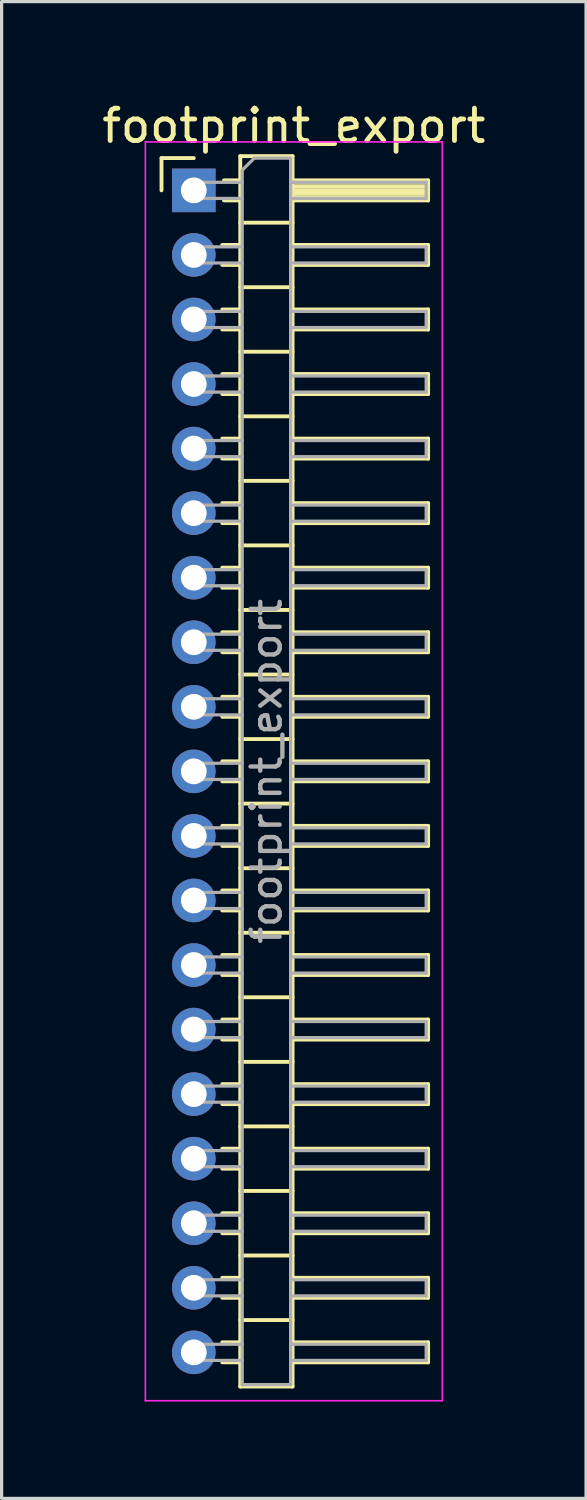
<source format=kicad_pcb>
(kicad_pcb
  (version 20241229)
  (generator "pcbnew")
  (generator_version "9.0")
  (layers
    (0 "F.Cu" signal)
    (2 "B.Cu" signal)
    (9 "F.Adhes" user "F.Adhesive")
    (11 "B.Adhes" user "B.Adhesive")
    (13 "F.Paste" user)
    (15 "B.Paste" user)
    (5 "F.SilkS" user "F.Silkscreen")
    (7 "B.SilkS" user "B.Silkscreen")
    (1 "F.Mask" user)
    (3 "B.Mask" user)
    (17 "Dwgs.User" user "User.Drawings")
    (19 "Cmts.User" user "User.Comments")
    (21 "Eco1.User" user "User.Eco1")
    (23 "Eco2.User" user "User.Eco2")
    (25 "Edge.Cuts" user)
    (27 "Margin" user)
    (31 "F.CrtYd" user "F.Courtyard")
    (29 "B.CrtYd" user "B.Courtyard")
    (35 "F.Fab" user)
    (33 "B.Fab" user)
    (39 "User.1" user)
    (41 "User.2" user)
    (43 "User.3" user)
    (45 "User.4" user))
  (footprint "footprint_export"
    (layer "F.Cu")
    (at 2.954 2.848)
    (property "Reference" "footprint_export" (at 3.1 -2 0) (layer "F.SilkS") (effects (font (size 1 1) (thickness 0.15))))
    (attr through_hole)
    (fp_line (start -1 -1) (end 0 -1) (stroke (width 0.12) (type solid)) (layer "F.SilkS"))
    (fp_line (start -1 0) (end -1 -1) (stroke (width 0.12) (type solid)) (layer "F.SilkS"))
    (fp_line (start 0.882 1.69) (end 1.44 1.69) (stroke (width 0.12) (type solid)) (layer "F.SilkS"))
    (fp_line (start 0.882 2.31) (end 1.44 2.31) (stroke (width 0.12) (type solid)) (layer "F.SilkS"))
    (fp_line (start 0.882 3.69) (end 1.44 3.69) (stroke (width 0.12) (type solid)) (layer "F.SilkS"))
    (fp_line (start 0.882 4.31) (end 1.44 4.31) (stroke (width 0.12) (type solid)) (layer "F.SilkS"))
    (fp_line (start 0.882 5.69) (end 1.44 5.69) (stroke (width 0.12) (type solid)) (layer "F.SilkS"))
    (fp_line (start 0.882 6.31) (end 1.44 6.31) (stroke (width 0.12) (type solid)) (layer "F.SilkS"))
    (fp_line (start 0.882 7.69) (end 1.44 7.69) (stroke (width 0.12) (type solid)) (layer "F.SilkS"))
    (fp_line (start 0.882 8.31) (end 1.44 8.31) (stroke (width 0.12) (type solid)) (layer "F.SilkS"))
    (fp_line (start 0.882 9.69) (end 1.44 9.69) (stroke (width 0.12) (type solid)) (layer "F.SilkS"))
    (fp_line (start 0.882 10.31) (end 1.44 10.31) (stroke (width 0.12) (type solid)) (layer "F.SilkS"))
    (fp_line (start 0.882 11.69) (end 1.44 11.69) (stroke (width 0.12) (type solid)) (layer "F.SilkS"))
    (fp_line (start 0.882 12.31) (end 1.44 12.31) (stroke (width 0.12) (type solid)) (layer "F.SilkS"))
    (fp_line (start 0.882 13.69) (end 1.44 13.69) (stroke (width 0.12) (type solid)) (layer "F.SilkS"))
    (fp_line (start 0.882 14.31) (end 1.44 14.31) (stroke (width 0.12) (type solid)) (layer "F.SilkS"))
    (fp_line (start 0.882 15.69) (end 1.44 15.69) (stroke (width 0.12) (type solid)) (layer "F.SilkS"))
    (fp_line (start 0.882 16.31) (end 1.44 16.31) (stroke (width 0.12) (type solid)) (layer "F.SilkS"))
    (fp_line (start 0.882 17.69) (end 1.44 17.69) (stroke (width 0.12) (type solid)) (layer "F.SilkS"))
    (fp_line (start 0.882 18.31) (end 1.44 18.31) (stroke (width 0.12) (type solid)) (layer "F.SilkS"))
    (fp_line (start 0.882 19.69) (end 1.44 19.69) (stroke (width 0.12) (type solid)) (layer "F.SilkS"))
    (fp_line (start 0.882 20.31) (end 1.44 20.31) (stroke (width 0.12) (type solid)) (layer "F.SilkS"))
    (fp_line (start 0.882 21.69) (end 1.44 21.69) (stroke (width 0.12) (type solid)) (layer "F.SilkS"))
    (fp_line (start 0.882 22.31) (end 1.44 22.31) (stroke (width 0.12) (type solid)) (layer "F.SilkS"))
    (fp_line (start 0.882 23.69) (end 1.44 23.69) (stroke (width 0.12) (type solid)) (layer "F.SilkS"))
    (fp_line (start 0.882 24.31) (end 1.44 24.31) (stroke (width 0.12) (type solid)) (layer "F.SilkS"))
    (fp_line (start 0.882 25.69) (end 1.44 25.69) (stroke (width 0.12) (type solid)) (layer "F.SilkS"))
    (fp_line (start 0.882 26.31) (end 1.44 26.31) (stroke (width 0.12) (type solid)) (layer "F.SilkS"))
    (fp_line (start 0.882 27.69) (end 1.44 27.69) (stroke (width 0.12) (type solid)) (layer "F.SilkS"))
    (fp_line (start 0.882 28.31) (end 1.44 28.31) (stroke (width 0.12) (type solid)) (layer "F.SilkS"))
    (fp_line (start 0.882 29.69) (end 1.44 29.69) (stroke (width 0.12) (type solid)) (layer "F.SilkS"))
    (fp_line (start 0.882 30.31) (end 1.44 30.31) (stroke (width 0.12) (type solid)) (layer "F.SilkS"))
    (fp_line (start 0.882 31.69) (end 1.44 31.69) (stroke (width 0.12) (type solid)) (layer "F.SilkS"))
    (fp_line (start 0.882 32.31) (end 1.44 32.31) (stroke (width 0.12) (type solid)) (layer "F.SilkS"))
    (fp_line (start 0.882 33.69) (end 1.44 33.69) (stroke (width 0.12) (type solid)) (layer "F.SilkS"))
    (fp_line (start 0.882 34.31) (end 1.44 34.31) (stroke (width 0.12) (type solid)) (layer "F.SilkS"))
    (fp_line (start 0.882 35.69) (end 1.44 35.69) (stroke (width 0.12) (type solid)) (layer "F.SilkS"))
    (fp_line (start 0.882 36.31) (end 1.44 36.31) (stroke (width 0.12) (type solid)) (layer "F.SilkS"))
    (fp_line (start 0.935 -0.31) (end 1.44 -0.31) (stroke (width 0.12) (type solid)) (layer "F.SilkS"))
    (fp_line (start 0.935 0.31) (end 1.44 0.31) (stroke (width 0.12) (type solid)) (layer "F.SilkS"))
    (fp_line (start 1.44 -1.06) (end 1.44 37.06) (stroke (width 0.12) (type solid)) (layer "F.SilkS"))
    (fp_line (start 1.44 1) (end 3.06 1) (stroke (width 0.12) (type solid)) (layer "F.SilkS"))
    (fp_line (start 1.44 3) (end 3.06 3) (stroke (width 0.12) (type solid)) (layer "F.SilkS"))
    (fp_line (start 1.44 5) (end 3.06 5) (stroke (width 0.12) (type solid)) (layer "F.SilkS"))
    (fp_line (start 1.44 7) (end 3.06 7) (stroke (width 0.12) (type solid)) (layer "F.SilkS"))
    (fp_line (start 1.44 9) (end 3.06 9) (stroke (width 0.12) (type solid)) (layer "F.SilkS"))
    (fp_line (start 1.44 11) (end 3.06 11) (stroke (width 0.12) (type solid)) (layer "F.SilkS"))
    (fp_line (start 1.44 13) (end 3.06 13) (stroke (width 0.12) (type solid)) (layer "F.SilkS"))
    (fp_line (start 1.44 15) (end 3.06 15) (stroke (width 0.12) (type solid)) (layer "F.SilkS"))
    (fp_line (start 1.44 17) (end 3.06 17) (stroke (width 0.12) (type solid)) (layer "F.SilkS"))
    (fp_line (start 1.44 19) (end 3.06 19) (stroke (width 0.12) (type solid)) (layer "F.SilkS"))
    (fp_line (start 1.44 21) (end 3.06 21) (stroke (width 0.12) (type solid)) (layer "F.SilkS"))
    (fp_line (start 1.44 23) (end 3.06 23) (stroke (width 0.12) (type solid)) (layer "F.SilkS"))
    (fp_line (start 1.44 25) (end 3.06 25) (stroke (width 0.12) (type solid)) (layer "F.SilkS"))
    (fp_line (start 1.44 27) (end 3.06 27) (stroke (width 0.12) (type solid)) (layer "F.SilkS"))
    (fp_line (start 1.44 29) (end 3.06 29) (stroke (width 0.12) (type solid)) (layer "F.SilkS"))
    (fp_line (start 1.44 31) (end 3.06 31) (stroke (width 0.12) (type solid)) (layer "F.SilkS"))
    (fp_line (start 1.44 33) (end 3.06 33) (stroke (width 0.12) (type solid)) (layer "F.SilkS"))
    (fp_line (start 1.44 35) (end 3.06 35) (stroke (width 0.12) (type solid)) (layer "F.SilkS"))
    (fp_line (start 1.44 37.06) (end 3.06 37.06) (stroke (width 0.12) (type solid)) (layer "F.SilkS"))
    (fp_line (start 3.06 -1.06) (end 1.44 -1.06) (stroke (width 0.12) (type solid)) (layer "F.SilkS"))
    (fp_line (start 3.06 -0.31) (end 7.26 -0.31) (stroke (width 0.12) (type solid)) (layer "F.SilkS"))
    (fp_line (start 3.06 -0.25) (end 7.26 -0.25) (stroke (width 0.12) (type solid)) (layer "F.SilkS"))
    (fp_line (start 3.06 -0.13) (end 7.26 -0.13) (stroke (width 0.12) (type solid)) (layer "F.SilkS"))
    (fp_line (start 3.06 -0.01) (end 7.26 -0.01) (stroke (width 0.12) (type solid)) (layer "F.SilkS"))
    (fp_line (start 3.06 0.11) (end 7.26 0.11) (stroke (width 0.12) (type solid)) (layer "F.SilkS"))
    (fp_line (start 3.06 0.23) (end 7.26 0.23) (stroke (width 0.12) (type solid)) (layer "F.SilkS"))
    (fp_line (start 3.06 1.69) (end 7.26 1.69) (stroke (width 0.12) (type solid)) (layer "F.SilkS"))
    (fp_line (start 3.06 3.69) (end 7.26 3.69) (stroke (width 0.12) (type solid)) (layer "F.SilkS"))
    (fp_line (start 3.06 5.69) (end 7.26 5.69) (stroke (width 0.12) (type solid)) (layer "F.SilkS"))
    (fp_line (start 3.06 7.69) (end 7.26 7.69) (stroke (width 0.12) (type solid)) (layer "F.SilkS"))
    (fp_line (start 3.06 9.69) (end 7.26 9.69) (stroke (width 0.12) (type solid)) (layer "F.SilkS"))
    (fp_line (start 3.06 11.69) (end 7.26 11.69) (stroke (width 0.12) (type solid)) (layer "F.SilkS"))
    (fp_line (start 3.06 13.69) (end 7.26 13.69) (stroke (width 0.12) (type solid)) (layer "F.SilkS"))
    (fp_line (start 3.06 15.69) (end 7.26 15.69) (stroke (width 0.12) (type solid)) (layer "F.SilkS"))
    (fp_line (start 3.06 17.69) (end 7.26 17.69) (stroke (width 0.12) (type solid)) (layer "F.SilkS"))
    (fp_line (start 3.06 19.69) (end 7.26 19.69) (stroke (width 0.12) (type solid)) (layer "F.SilkS"))
    (fp_line (start 3.06 21.69) (end 7.26 21.69) (stroke (width 0.12) (type solid)) (layer "F.SilkS"))
    (fp_line (start 3.06 23.69) (end 7.26 23.69) (stroke (width 0.12) (type solid)) (layer "F.SilkS"))
    (fp_line (start 3.06 25.69) (end 7.26 25.69) (stroke (width 0.12) (type solid)) (layer "F.SilkS"))
    (fp_line (start 3.06 27.69) (end 7.26 27.69) (stroke (width 0.12) (type solid)) (layer "F.SilkS"))
    (fp_line (start 3.06 29.69) (end 7.26 29.69) (stroke (width 0.12) (type solid)) (layer "F.SilkS"))
    (fp_line (start 3.06 31.69) (end 7.26 31.69) (stroke (width 0.12) (type solid)) (layer "F.SilkS"))
    (fp_line (start 3.06 33.69) (end 7.26 33.69) (stroke (width 0.12) (type solid)) (layer "F.SilkS"))
    (fp_line (start 3.06 35.69) (end 7.26 35.69) (stroke (width 0.12) (type solid)) (layer "F.SilkS"))
    (fp_line (start 3.06 37.06) (end 3.06 -1.06) (stroke (width 0.12) (type solid)) (layer "F.SilkS"))
    (fp_line (start 7.26 -0.31) (end 7.26 0.31) (stroke (width 0.12) (type solid)) (layer "F.SilkS"))
    (fp_line (start 7.26 0.31) (end 3.06 0.31) (stroke (width 0.12) (type solid)) (layer "F.SilkS"))
    (fp_line (start 7.26 1.69) (end 7.26 2.31) (stroke (width 0.12) (type solid)) (layer "F.SilkS"))
    (fp_line (start 7.26 2.31) (end 3.06 2.31) (stroke (width 0.12) (type solid)) (layer "F.SilkS"))
    (fp_line (start 7.26 3.69) (end 7.26 4.31) (stroke (width 0.12) (type solid)) (layer "F.SilkS"))
    (fp_line (start 7.26 4.31) (end 3.06 4.31) (stroke (width 0.12) (type solid)) (layer "F.SilkS"))
    (fp_line (start 7.26 5.69) (end 7.26 6.31) (stroke (width 0.12) (type solid)) (layer "F.SilkS"))
    (fp_line (start 7.26 6.31) (end 3.06 6.31) (stroke (width 0.12) (type solid)) (layer "F.SilkS"))
    (fp_line (start 7.26 7.69) (end 7.26 8.31) (stroke (width 0.12) (type solid)) (layer "F.SilkS"))
    (fp_line (start 7.26 8.31) (end 3.06 8.31) (stroke (width 0.12) (type solid)) (layer "F.SilkS"))
    (fp_line (start 7.26 9.69) (end 7.26 10.31) (stroke (width 0.12) (type solid)) (layer "F.SilkS"))
    (fp_line (start 7.26 10.31) (end 3.06 10.31) (stroke (width 0.12) (type solid)) (layer "F.SilkS"))
    (fp_line (start 7.26 11.69) (end 7.26 12.31) (stroke (width 0.12) (type solid)) (layer "F.SilkS"))
    (fp_line (start 7.26 12.31) (end 3.06 12.31) (stroke (width 0.12) (type solid)) (layer "F.SilkS"))
    (fp_line (start 7.26 13.69) (end 7.26 14.31) (stroke (width 0.12) (type solid)) (layer "F.SilkS"))
    (fp_line (start 7.26 14.31) (end 3.06 14.31) (stroke (width 0.12) (type solid)) (layer "F.SilkS"))
    (fp_line (start 7.26 15.69) (end 7.26 16.31) (stroke (width 0.12) (type solid)) (layer "F.SilkS"))
    (fp_line (start 7.26 16.31) (end 3.06 16.31) (stroke (width 0.12) (type solid)) (layer "F.SilkS"))
    (fp_line (start 7.26 17.69) (end 7.26 18.31) (stroke (width 0.12) (type solid)) (layer "F.SilkS"))
    (fp_line (start 7.26 18.31) (end 3.06 18.31) (stroke (width 0.12) (type solid)) (layer "F.SilkS"))
    (fp_line (start 7.26 19.69) (end 7.26 20.31) (stroke (width 0.12) (type solid)) (layer "F.SilkS"))
    (fp_line (start 7.26 20.31) (end 3.06 20.31) (stroke (width 0.12) (type solid)) (layer "F.SilkS"))
    (fp_line (start 7.26 21.69) (end 7.26 22.31) (stroke (width 0.12) (type solid)) (layer "F.SilkS"))
    (fp_line (start 7.26 22.31) (end 3.06 22.31) (stroke (width 0.12) (type solid)) (layer "F.SilkS"))
    (fp_line (start 7.26 23.69) (end 7.26 24.31) (stroke (width 0.12) (type solid)) (layer "F.SilkS"))
    (fp_line (start 7.26 24.31) (end 3.06 24.31) (stroke (width 0.12) (type solid)) (layer "F.SilkS"))
    (fp_line (start 7.26 25.69) (end 7.26 26.31) (stroke (width 0.12) (type solid)) (layer "F.SilkS"))
    (fp_line (start 7.26 26.31) (end 3.06 26.31) (stroke (width 0.12) (type solid)) (layer "F.SilkS"))
    (fp_line (start 7.26 27.69) (end 7.26 28.31) (stroke (width 0.12) (type solid)) (layer "F.SilkS"))
    (fp_line (start 7.26 28.31) (end 3.06 28.31) (stroke (width 0.12) (type solid)) (layer "F.SilkS"))
    (fp_line (start 7.26 29.69) (end 7.26 30.31) (stroke (width 0.12) (type solid)) (layer "F.SilkS"))
    (fp_line (start 7.26 30.31) (end 3.06 30.31) (stroke (width 0.12) (type solid)) (layer "F.SilkS"))
    (fp_line (start 7.26 31.69) (end 7.26 32.31) (stroke (width 0.12) (type solid)) (layer "F.SilkS"))
    (fp_line (start 7.26 32.31) (end 3.06 32.31) (stroke (width 0.12) (type solid)) (layer "F.SilkS"))
    (fp_line (start 7.26 33.69) (end 7.26 34.31) (stroke (width 0.12) (type solid)) (layer "F.SilkS"))
    (fp_line (start 7.26 34.31) (end 3.06 34.31) (stroke (width 0.12) (type solid)) (layer "F.SilkS"))
    (fp_line (start 7.26 35.69) (end 7.26 36.31) (stroke (width 0.12) (type solid)) (layer "F.SilkS"))
    (fp_line (start 7.26 36.31) (end 3.06 36.31) (stroke (width 0.12) (type solid)) (layer "F.SilkS"))
    (fp_line (start -1.5 -1.5) (end -1.5 37.5) (stroke (width 0.05) (type solid)) (layer "F.CrtYd"))
    (fp_line (start -1.5 37.5) (end 7.7 37.5) (stroke (width 0.05) (type solid)) (layer "F.CrtYd"))
    (fp_line (start 7.7 -1.5) (end -1.5 -1.5) (stroke (width 0.05) (type solid)) (layer "F.CrtYd"))
    (fp_line (start 7.7 37.5) (end 7.7 -1.5) (stroke (width 0.05) (type solid)) (layer "F.CrtYd"))
    (fp_line (start -0.25 -0.25) (end -0.25 0.25) (stroke (width 0.1) (type solid)) (layer "F.Fab"))
    (fp_line (start -0.25 -0.25) (end 1.5 -0.25) (stroke (width 0.1) (type solid)) (layer "F.Fab"))
    (fp_line (start -0.25 0.25) (end 1.5 0.25) (stroke (width 0.1) (type solid)) (layer "F.Fab"))
    (fp_line (start -0.25 1.75) (end -0.25 2.25) (stroke (width 0.1) (type solid)) (layer "F.Fab"))
    (fp_line (start -0.25 1.75) (end 1.5 1.75) (stroke (width 0.1) (type solid)) (layer "F.Fab"))
    (fp_line (start -0.25 2.25) (end 1.5 2.25) (stroke (width 0.1) (type solid)) (layer "F.Fab"))
    (fp_line (start -0.25 3.75) (end -0.25 4.25) (stroke (width 0.1) (type solid)) (layer "F.Fab"))
    (fp_line (start -0.25 3.75) (end 1.5 3.75) (stroke (width 0.1) (type solid)) (layer "F.Fab"))
    (fp_line (start -0.25 4.25) (end 1.5 4.25) (stroke (width 0.1) (type solid)) (layer "F.Fab"))
    (fp_line (start -0.25 5.75) (end -0.25 6.25) (stroke (width 0.1) (type solid)) (layer "F.Fab"))
    (fp_line (start -0.25 5.75) (end 1.5 5.75) (stroke (width 0.1) (type solid)) (layer "F.Fab"))
    (fp_line (start -0.25 6.25) (end 1.5 6.25) (stroke (width 0.1) (type solid)) (layer "F.Fab"))
    (fp_line (start -0.25 7.75) (end -0.25 8.25) (stroke (width 0.1) (type solid)) (layer "F.Fab"))
    (fp_line (start -0.25 7.75) (end 1.5 7.75) (stroke (width 0.1) (type solid)) (layer "F.Fab"))
    (fp_line (start -0.25 8.25) (end 1.5 8.25) (stroke (width 0.1) (type solid)) (layer "F.Fab"))
    (fp_line (start -0.25 9.75) (end -0.25 10.25) (stroke (width 0.1) (type solid)) (layer "F.Fab"))
    (fp_line (start -0.25 9.75) (end 1.5 9.75) (stroke (width 0.1) (type solid)) (layer "F.Fab"))
    (fp_line (start -0.25 10.25) (end 1.5 10.25) (stroke (width 0.1) (type solid)) (layer "F.Fab"))
    (fp_line (start -0.25 11.75) (end -0.25 12.25) (stroke (width 0.1) (type solid)) (layer "F.Fab"))
    (fp_line (start -0.25 11.75) (end 1.5 11.75) (stroke (width 0.1) (type solid)) (layer "F.Fab"))
    (fp_line (start -0.25 12.25) (end 1.5 12.25) (stroke (width 0.1) (type solid)) (layer "F.Fab"))
    (fp_line (start -0.25 13.75) (end -0.25 14.25) (stroke (width 0.1) (type solid)) (layer "F.Fab"))
    (fp_line (start -0.25 13.75) (end 1.5 13.75) (stroke (width 0.1) (type solid)) (layer "F.Fab"))
    (fp_line (start -0.25 14.25) (end 1.5 14.25) (stroke (width 0.1) (type solid)) (layer "F.Fab"))
    (fp_line (start -0.25 15.75) (end -0.25 16.25) (stroke (width 0.1) (type solid)) (layer "F.Fab"))
    (fp_line (start -0.25 15.75) (end 1.5 15.75) (stroke (width 0.1) (type solid)) (layer "F.Fab"))
    (fp_line (start -0.25 16.25) (end 1.5 16.25) (stroke (width 0.1) (type solid)) (layer "F.Fab"))
    (fp_line (start -0.25 17.75) (end -0.25 18.25) (stroke (width 0.1) (type solid)) (layer "F.Fab"))
    (fp_line (start -0.25 17.75) (end 1.5 17.75) (stroke (width 0.1) (type solid)) (layer "F.Fab"))
    (fp_line (start -0.25 18.25) (end 1.5 18.25) (stroke (width 0.1) (type solid)) (layer "F.Fab"))
    (fp_line (start -0.25 19.75) (end -0.25 20.25) (stroke (width 0.1) (type solid)) (layer "F.Fab"))
    (fp_line (start -0.25 19.75) (end 1.5 19.75) (stroke (width 0.1) (type solid)) (layer "F.Fab"))
    (fp_line (start -0.25 20.25) (end 1.5 20.25) (stroke (width 0.1) (type solid)) (layer "F.Fab"))
    (fp_line (start -0.25 21.75) (end -0.25 22.25) (stroke (width 0.1) (type solid)) (layer "F.Fab"))
    (fp_line (start -0.25 21.75) (end 1.5 21.75) (stroke (width 0.1) (type solid)) (layer "F.Fab"))
    (fp_line (start -0.25 22.25) (end 1.5 22.25) (stroke (width 0.1) (type solid)) (layer "F.Fab"))
    (fp_line (start -0.25 23.75) (end -0.25 24.25) (stroke (width 0.1) (type solid)) (layer "F.Fab"))
    (fp_line (start -0.25 23.75) (end 1.5 23.75) (stroke (width 0.1) (type solid)) (layer "F.Fab"))
    (fp_line (start -0.25 24.25) (end 1.5 24.25) (stroke (width 0.1) (type solid)) (layer "F.Fab"))
    (fp_line (start -0.25 25.75) (end -0.25 26.25) (stroke (width 0.1) (type solid)) (layer "F.Fab"))
    (fp_line (start -0.25 25.75) (end 1.5 25.75) (stroke (width 0.1) (type solid)) (layer "F.Fab"))
    (fp_line (start -0.25 26.25) (end 1.5 26.25) (stroke (width 0.1) (type solid)) (layer "F.Fab"))
    (fp_line (start -0.25 27.75) (end -0.25 28.25) (stroke (width 0.1) (type solid)) (layer "F.Fab"))
    (fp_line (start -0.25 27.75) (end 1.5 27.75) (stroke (width 0.1) (type solid)) (layer "F.Fab"))
    (fp_line (start -0.25 28.25) (end 1.5 28.25) (stroke (width 0.1) (type solid)) (layer "F.Fab"))
    (fp_line (start -0.25 29.75) (end -0.25 30.25) (stroke (width 0.1) (type solid)) (layer "F.Fab"))
    (fp_line (start -0.25 29.75) (end 1.5 29.75) (stroke (width 0.1) (type solid)) (layer "F.Fab"))
    (fp_line (start -0.25 30.25) (end 1.5 30.25) (stroke (width 0.1) (type solid)) (layer "F.Fab"))
    (fp_line (start -0.25 31.75) (end -0.25 32.25) (stroke (width 0.1) (type solid)) (layer "F.Fab"))
    (fp_line (start -0.25 31.75) (end 1.5 31.75) (stroke (width 0.1) (type solid)) (layer "F.Fab"))
    (fp_line (start -0.25 32.25) (end 1.5 32.25) (stroke (width 0.1) (type solid)) (layer "F.Fab"))
    (fp_line (start -0.25 33.75) (end -0.25 34.25) (stroke (width 0.1) (type solid)) (layer "F.Fab"))
    (fp_line (start -0.25 33.75) (end 1.5 33.75) (stroke (width 0.1) (type solid)) (layer "F.Fab"))
    (fp_line (start -0.25 34.25) (end 1.5 34.25) (stroke (width 0.1) (type solid)) (layer "F.Fab"))
    (fp_line (start -0.25 35.75) (end -0.25 36.25) (stroke (width 0.1) (type solid)) (layer "F.Fab"))
    (fp_line (start -0.25 35.75) (end 1.5 35.75) (stroke (width 0.1) (type solid)) (layer "F.Fab"))
    (fp_line (start -0.25 36.25) (end 1.5 36.25) (stroke (width 0.1) (type solid)) (layer "F.Fab"))
    (fp_line (start 1.5 -0.625) (end 1.875 -1) (stroke (width 0.1) (type solid)) (layer "F.Fab"))
    (fp_line (start 1.5 37) (end 1.5 -0.625) (stroke (width 0.1) (type solid)) (layer "F.Fab"))
    (fp_line (start 1.875 -1) (end 3 -1) (stroke (width 0.1) (type solid)) (layer "F.Fab"))
    (fp_line (start 3 -1) (end 3 37) (stroke (width 0.1) (type solid)) (layer "F.Fab"))
    (fp_line (start 3 -0.25) (end 7.2 -0.25) (stroke (width 0.1) (type solid)) (layer "F.Fab"))
    (fp_line (start 3 0.25) (end 7.2 0.25) (stroke (width 0.1) (type solid)) (layer "F.Fab"))
    (fp_line (start 3 1.75) (end 7.2 1.75) (stroke (width 0.1) (type solid)) (layer "F.Fab"))
    (fp_line (start 3 2.25) (end 7.2 2.25) (stroke (width 0.1) (type solid)) (layer "F.Fab"))
    (fp_line (start 3 3.75) (end 7.2 3.75) (stroke (width 0.1) (type solid)) (layer "F.Fab"))
    (fp_line (start 3 4.25) (end 7.2 4.25) (stroke (width 0.1) (type solid)) (layer "F.Fab"))
    (fp_line (start 3 5.75) (end 7.2 5.75) (stroke (width 0.1) (type solid)) (layer "F.Fab"))
    (fp_line (start 3 6.25) (end 7.2 6.25) (stroke (width 0.1) (type solid)) (layer "F.Fab"))
    (fp_line (start 3 7.75) (end 7.2 7.75) (stroke (width 0.1) (type solid)) (layer "F.Fab"))
    (fp_line (start 3 8.25) (end 7.2 8.25) (stroke (width 0.1) (type solid)) (layer "F.Fab"))
    (fp_line (start 3 9.75) (end 7.2 9.75) (stroke (width 0.1) (type solid)) (layer "F.Fab"))
    (fp_line (start 3 10.25) (end 7.2 10.25) (stroke (width 0.1) (type solid)) (layer "F.Fab"))
    (fp_line (start 3 11.75) (end 7.2 11.75) (stroke (width 0.1) (type solid)) (layer "F.Fab"))
    (fp_line (start 3 12.25) (end 7.2 12.25) (stroke (width 0.1) (type solid)) (layer "F.Fab"))
    (fp_line (start 3 13.75) (end 7.2 13.75) (stroke (width 0.1) (type solid)) (layer "F.Fab"))
    (fp_line (start 3 14.25) (end 7.2 14.25) (stroke (width 0.1) (type solid)) (layer "F.Fab"))
    (fp_line (start 3 15.75) (end 7.2 15.75) (stroke (width 0.1) (type solid)) (layer "F.Fab"))
    (fp_line (start 3 16.25) (end 7.2 16.25) (stroke (width 0.1) (type solid)) (layer "F.Fab"))
    (fp_line (start 3 17.75) (end 7.2 17.75) (stroke (width 0.1) (type solid)) (layer "F.Fab"))
    (fp_line (start 3 18.25) (end 7.2 18.25) (stroke (width 0.1) (type solid)) (layer "F.Fab"))
    (fp_line (start 3 19.75) (end 7.2 19.75) (stroke (width 0.1) (type solid)) (layer "F.Fab"))
    (fp_line (start 3 20.25) (end 7.2 20.25) (stroke (width 0.1) (type solid)) (layer "F.Fab"))
    (fp_line (start 3 21.75) (end 7.2 21.75) (stroke (width 0.1) (type solid)) (layer "F.Fab"))
    (fp_line (start 3 22.25) (end 7.2 22.25) (stroke (width 0.1) (type solid)) (layer "F.Fab"))
    (fp_line (start 3 23.75) (end 7.2 23.75) (stroke (width 0.1) (type solid)) (layer "F.Fab"))
    (fp_line (start 3 24.25) (end 7.2 24.25) (stroke (width 0.1) (type solid)) (layer "F.Fab"))
    (fp_line (start 3 25.75) (end 7.2 25.75) (stroke (width 0.1) (type solid)) (layer "F.Fab"))
    (fp_line (start 3 26.25) (end 7.2 26.25) (stroke (width 0.1) (type solid)) (layer "F.Fab"))
    (fp_line (start 3 27.75) (end 7.2 27.75) (stroke (width 0.1) (type solid)) (layer "F.Fab"))
    (fp_line (start 3 28.25) (end 7.2 28.25) (stroke (width 0.1) (type solid)) (layer "F.Fab"))
    (fp_line (start 3 29.75) (end 7.2 29.75) (stroke (width 0.1) (type solid)) (layer "F.Fab"))
    (fp_line (start 3 30.25) (end 7.2 30.25) (stroke (width 0.1) (type solid)) (layer "F.Fab"))
    (fp_line (start 3 31.75) (end 7.2 31.75) (stroke (width 0.1) (type solid)) (layer "F.Fab"))
    (fp_line (start 3 32.25) (end 7.2 32.25) (stroke (width 0.1) (type solid)) (layer "F.Fab"))
    (fp_line (start 3 33.75) (end 7.2 33.75) (stroke (width 0.1) (type solid)) (layer "F.Fab"))
    (fp_line (start 3 34.25) (end 7.2 34.25) (stroke (width 0.1) (type solid)) (layer "F.Fab"))
    (fp_line (start 3 35.75) (end 7.2 35.75) (stroke (width 0.1) (type solid)) (layer "F.Fab"))
    (fp_line (start 3 36.25) (end 7.2 36.25) (stroke (width 0.1) (type solid)) (layer "F.Fab"))
    (fp_line (start 3 37) (end 1.5 37) (stroke (width 0.1) (type solid)) (layer "F.Fab"))
    (fp_line (start 7.2 -0.25) (end 7.2 0.25) (stroke (width 0.1) (type solid)) (layer "F.Fab"))
    (fp_line (start 7.2 1.75) (end 7.2 2.25) (stroke (width 0.1) (type solid)) (layer "F.Fab"))
    (fp_line (start 7.2 3.75) (end 7.2 4.25) (stroke (width 0.1) (type solid)) (layer "F.Fab"))
    (fp_line (start 7.2 5.75) (end 7.2 6.25) (stroke (width 0.1) (type solid)) (layer "F.Fab"))
    (fp_line (start 7.2 7.75) (end 7.2 8.25) (stroke (width 0.1) (type solid)) (layer "F.Fab"))
    (fp_line (start 7.2 9.75) (end 7.2 10.25) (stroke (width 0.1) (type solid)) (layer "F.Fab"))
    (fp_line (start 7.2 11.75) (end 7.2 12.25) (stroke (width 0.1) (type solid)) (layer "F.Fab"))
    (fp_line (start 7.2 13.75) (end 7.2 14.25) (stroke (width 0.1) (type solid)) (layer "F.Fab"))
    (fp_line (start 7.2 15.75) (end 7.2 16.25) (stroke (width 0.1) (type solid)) (layer "F.Fab"))
    (fp_line (start 7.2 17.75) (end 7.2 18.25) (stroke (width 0.1) (type solid)) (layer "F.Fab"))
    (fp_line (start 7.2 19.75) (end 7.2 20.25) (stroke (width 0.1) (type solid)) (layer "F.Fab"))
    (fp_line (start 7.2 21.75) (end 7.2 22.25) (stroke (width 0.1) (type solid)) (layer "F.Fab"))
    (fp_line (start 7.2 23.75) (end 7.2 24.25) (stroke (width 0.1) (type solid)) (layer "F.Fab"))
    (fp_line (start 7.2 25.75) (end 7.2 26.25) (stroke (width 0.1) (type solid)) (layer "F.Fab"))
    (fp_line (start 7.2 27.75) (end 7.2 28.25) (stroke (width 0.1) (type solid)) (layer "F.Fab"))
    (fp_line (start 7.2 29.75) (end 7.2 30.25) (stroke (width 0.1) (type solid)) (layer "F.Fab"))
    (fp_line (start 7.2 31.75) (end 7.2 32.25) (stroke (width 0.1) (type solid)) (layer "F.Fab"))
    (fp_line (start 7.2 33.75) (end 7.2 34.25) (stroke (width 0.1) (type solid)) (layer "F.Fab"))
    (fp_line (start 7.2 35.75) (end 7.2 36.25) (stroke (width 0.1) (type solid)) (layer "F.Fab"))
    (fp_text user "${REFERENCE}" (at 2.25 18 90) (layer "F.Fab") (effects (font (size 0.9 0.9) (thickness 0.135))))
    (pad "1" thru_hole rect (at 0 0) (size 1.35 1.35) (drill 0.8) (layers "*.Cu" "*.Mask"))
    (pad "2" thru_hole oval (at 0 2) (size 1.35 1.35) (drill 0.8) (layers "*.Cu" "*.Mask"))
    (pad "3" thru_hole oval (at 0 4) (size 1.35 1.35) (drill 0.8) (layers "*.Cu" "*.Mask"))
    (pad "4" thru_hole oval (at 0 6) (size 1.35 1.35) (drill 0.8) (layers "*.Cu" "*.Mask"))
    (pad "5" thru_hole oval (at 0 8) (size 1.35 1.35) (drill 0.8) (layers "*.Cu" "*.Mask"))
    (pad "6" thru_hole oval (at 0 10) (size 1.35 1.35) (drill 0.8) (layers "*.Cu" "*.Mask"))
    (pad "7" thru_hole oval (at 0 12) (size 1.35 1.35) (drill 0.8) (layers "*.Cu" "*.Mask"))
    (pad "8" thru_hole oval (at 0 14) (size 1.35 1.35) (drill 0.8) (layers "*.Cu" "*.Mask"))
    (pad "9" thru_hole oval (at 0 16) (size 1.35 1.35) (drill 0.8) (layers "*.Cu" "*.Mask"))
    (pad "10" thru_hole oval (at 0 18) (size 1.35 1.35) (drill 0.8) (layers "*.Cu" "*.Mask"))
    (pad "11" thru_hole oval (at 0 20) (size 1.35 1.35) (drill 0.8) (layers "*.Cu" "*.Mask"))
    (pad "12" thru_hole oval (at 0 22) (size 1.35 1.35) (drill 0.8) (layers "*.Cu" "*.Mask"))
    (pad "13" thru_hole oval (at 0 24) (size 1.35 1.35) (drill 0.8) (layers "*.Cu" "*.Mask"))
    (pad "14" thru_hole oval (at 0 26) (size 1.35 1.35) (drill 0.8) (layers "*.Cu" "*.Mask"))
    (pad "15" thru_hole oval (at 0 28) (size 1.35 1.35) (drill 0.8) (layers "*.Cu" "*.Mask"))
    (pad "16" thru_hole oval (at 0 30) (size 1.35 1.35) (drill 0.8) (layers "*.Cu" "*.Mask"))
    (pad "17" thru_hole oval (at 0 32) (size 1.35 1.35) (drill 0.8) (layers "*.Cu" "*.Mask"))
    (pad "18" thru_hole oval (at 0 34) (size 1.35 1.35) (drill 0.8) (layers "*.Cu" "*.Mask"))
    (pad "19" thru_hole oval (at 0 36) (size 1.35 1.35) (drill 0.8) (layers "*.Cu" "*.Mask")))
  (gr_rect
    (start -3 -3)
    (end 15.107 43.373)
    (stroke (width 0.1) (type default))
    (fill no)
    (layer "Edge.Cuts")))
</source>
